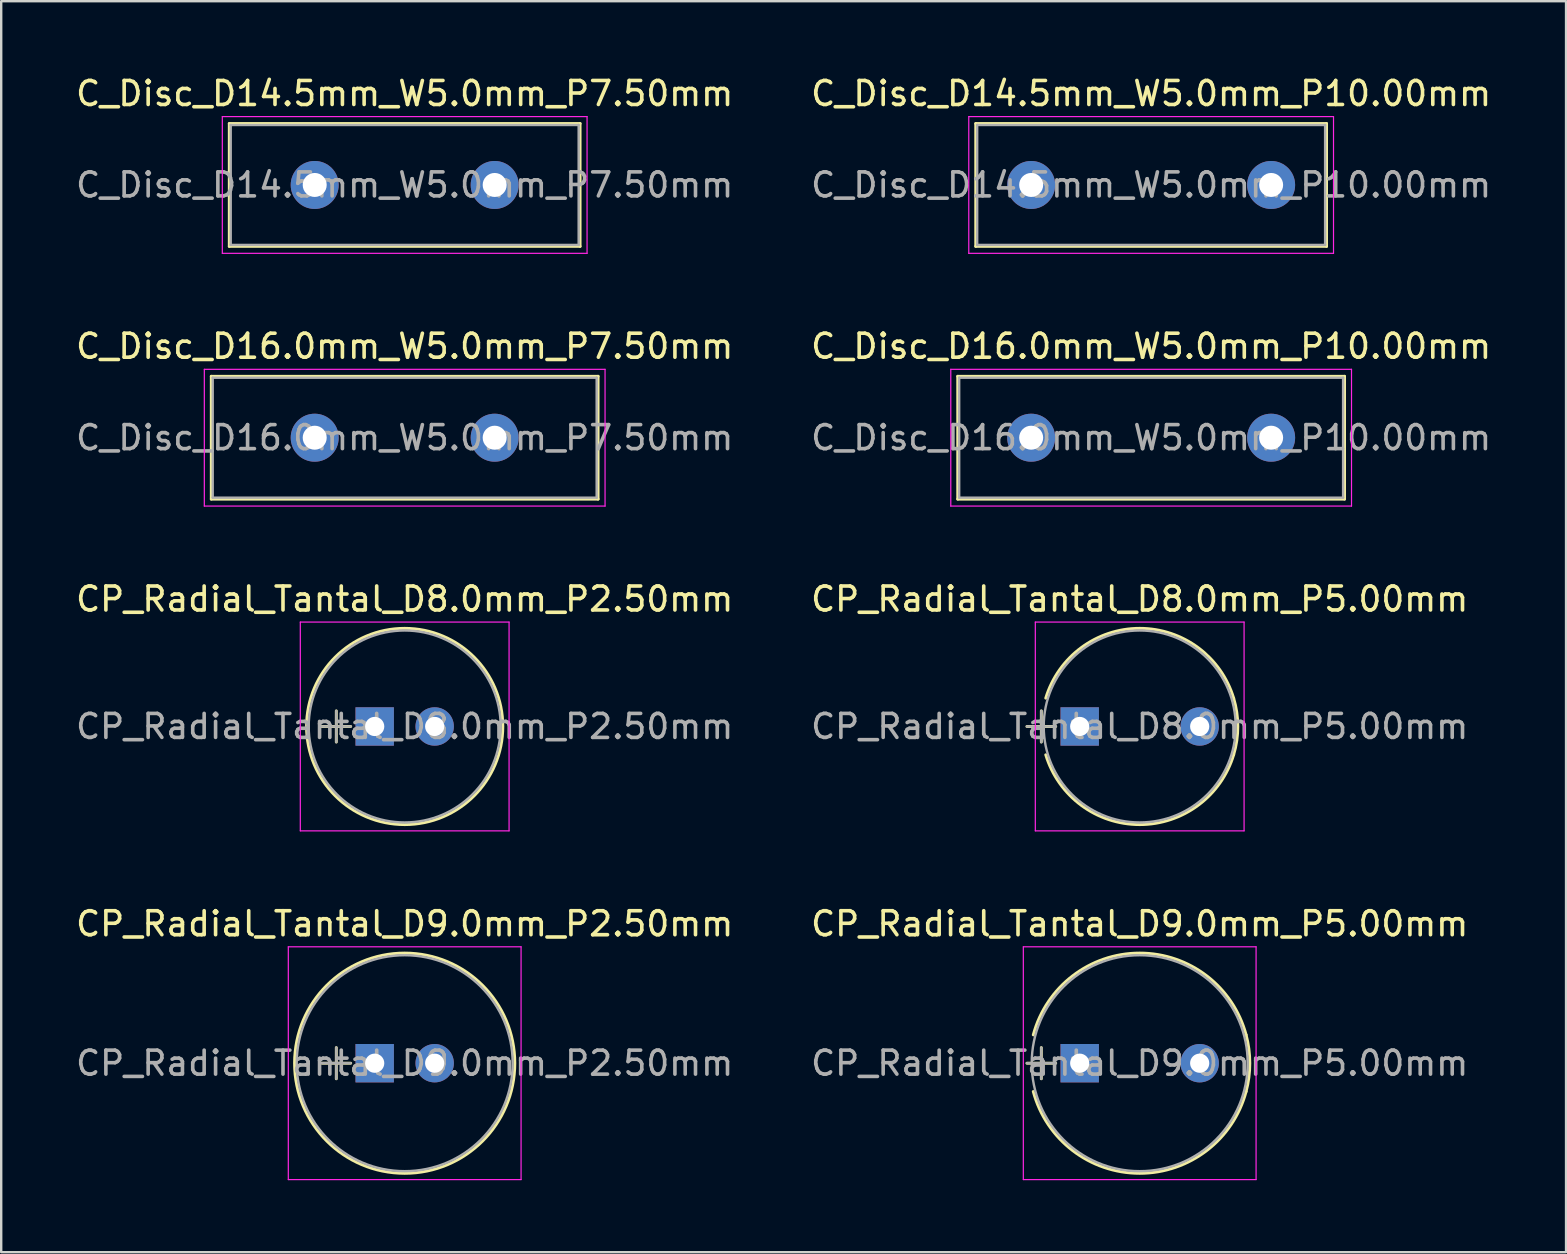
<source format=kicad_pcb>
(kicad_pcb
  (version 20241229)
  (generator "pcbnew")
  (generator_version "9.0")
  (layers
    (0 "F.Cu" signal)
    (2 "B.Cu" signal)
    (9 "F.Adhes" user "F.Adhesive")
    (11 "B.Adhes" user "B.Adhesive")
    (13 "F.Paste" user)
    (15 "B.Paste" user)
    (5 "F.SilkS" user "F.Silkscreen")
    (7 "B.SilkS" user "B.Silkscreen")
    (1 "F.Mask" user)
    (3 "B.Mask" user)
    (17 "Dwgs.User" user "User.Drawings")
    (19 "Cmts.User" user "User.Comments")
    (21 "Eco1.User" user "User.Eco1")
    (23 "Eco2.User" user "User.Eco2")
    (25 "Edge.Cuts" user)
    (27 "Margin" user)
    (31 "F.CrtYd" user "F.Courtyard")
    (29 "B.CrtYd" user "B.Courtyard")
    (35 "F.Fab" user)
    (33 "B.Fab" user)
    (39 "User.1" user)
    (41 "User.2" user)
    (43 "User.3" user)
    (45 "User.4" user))
  (footprint "CP_Radial_Tantal_D9.0mm_P5.00mm"
    (layer "F.Cu")
    (at 41.946 41.258)
    (property "Reference" "CP_Radial_Tantal_D9.0mm_P5.00mm" (at 2.5 -5.81 0) (layer "F.SilkS") (effects (font (size 1 1) (thickness 0.15))))
    (attr through_hole)
    (fp_line (start -2.2 0) (end -1 0) (stroke (width 0.12) (type solid)) (layer "F.SilkS"))
    (fp_line (start -1.6 -0.65) (end -1.6 0.65) (stroke (width 0.12) (type solid)) (layer "F.SilkS"))
    (fp_arc (start -1.93573 -1.18) (mid 2.499752 -4.59) (end 6.935603 -1.180479) (stroke (width 0.12) (type solid)) (layer "F.SilkS"))
    (fp_arc (start 6.935603 1.180479) (mid 2.499752 4.59) (end -1.93573 1.18) (stroke (width 0.12) (type solid)) (layer "F.SilkS"))
    (fp_arc (start 6.93573 -1.18) (mid 7.09 0.000248) (end 6.935603 1.180479) (stroke (width 0.12) (type solid)) (layer "F.SilkS"))
    (fp_line (start -2.35 -4.85) (end -2.35 4.85) (stroke (width 0.05) (type solid)) (layer "F.CrtYd"))
    (fp_line (start -2.35 4.85) (end 7.35 4.85) (stroke (width 0.05) (type solid)) (layer "F.CrtYd"))
    (fp_line (start 7.35 -4.85) (end -2.35 -4.85) (stroke (width 0.05) (type solid)) (layer "F.CrtYd"))
    (fp_line (start 7.35 4.85) (end 7.35 -4.85) (stroke (width 0.05) (type solid)) (layer "F.CrtYd"))
    (fp_line (start -2.2 0) (end -1 0) (stroke (width 0.1) (type solid)) (layer "F.Fab"))
    (fp_line (start -1.6 -0.65) (end -1.6 0.65) (stroke (width 0.1) (type solid)) (layer "F.Fab"))
    (fp_circle (center 2.5 0) (end 7 0) (stroke (width 0.1) (type solid)) (fill no) (layer "F.Fab"))
    (fp_text user "${REFERENCE}" (at 2.5 0 0) (layer "F.Fab") (effects (font (size 1 1) (thickness 0.15))))
    (pad "1" thru_hole rect (at 0 0) (size 1.6 1.6) (drill 0.8) (layers "*.Cu" "*.Mask"))
    (pad "2" thru_hole circle (at 5 0) (size 1.6 1.6) (drill 0.8) (layers "*.Cu" "*.Mask")))
  (footprint "C_Disc_D16.0mm_W5.0mm_P7.50mm"
    (layer "F.Cu")
    (at 10.065 15.191)
    (property "Reference" "C_Disc_D16.0mm_W5.0mm_P7.50mm" (at 3.75 -3.81 0) (layer "F.SilkS") (effects (font (size 1 1) (thickness 0.15))))
    (attr through_hole)
    (fp_line (start -4.31 -2.56) (end -4.31 2.56) (stroke (width 0.12) (type solid)) (layer "F.SilkS"))
    (fp_line (start -4.31 -2.56) (end 11.81 -2.56) (stroke (width 0.12) (type solid)) (layer "F.SilkS"))
    (fp_line (start -4.31 2.56) (end 11.81 2.56) (stroke (width 0.12) (type solid)) (layer "F.SilkS"))
    (fp_line (start 11.81 -2.56) (end 11.81 2.56) (stroke (width 0.12) (type solid)) (layer "F.SilkS"))
    (fp_line (start -4.6 -2.85) (end -4.6 2.85) (stroke (width 0.05) (type solid)) (layer "F.CrtYd"))
    (fp_line (start -4.6 2.85) (end 12.1 2.85) (stroke (width 0.05) (type solid)) (layer "F.CrtYd"))
    (fp_line (start 12.1 -2.85) (end -4.6 -2.85) (stroke (width 0.05) (type solid)) (layer "F.CrtYd"))
    (fp_line (start 12.1 2.85) (end 12.1 -2.85) (stroke (width 0.05) (type solid)) (layer "F.CrtYd"))
    (fp_line (start -4.25 -2.5) (end -4.25 2.5) (stroke (width 0.1) (type solid)) (layer "F.Fab"))
    (fp_line (start -4.25 2.5) (end 11.75 2.5) (stroke (width 0.1) (type solid)) (layer "F.Fab"))
    (fp_line (start 11.75 -2.5) (end -4.25 -2.5) (stroke (width 0.1) (type solid)) (layer "F.Fab"))
    (fp_line (start 11.75 2.5) (end 11.75 -2.5) (stroke (width 0.1) (type solid)) (layer "F.Fab"))
    (fp_text user "${REFERENCE}" (at 3.75 0 0) (layer "F.Fab") (effects (font (size 1 1) (thickness 0.15))))
    (pad "1" thru_hole circle (at 0 0) (size 2 2) (drill 1) (layers "*.Cu" "*.Mask"))
    (pad "2" thru_hole circle (at 7.5 0) (size 2 2) (drill 1) (layers "*.Cu" "*.Mask")))
  (footprint "C_Disc_D14.5mm_W5.0mm_P10.00mm"
    (layer "F.Cu")
    (at 39.923 4.658)
    (property "Reference" "C_Disc_D14.5mm_W5.0mm_P10.00mm" (at 5 -3.81 0) (layer "F.SilkS") (effects (font (size 1 1) (thickness 0.15))))
    (attr through_hole)
    (fp_line (start -2.31 -2.56) (end -2.31 2.56) (stroke (width 0.12) (type solid)) (layer "F.SilkS"))
    (fp_line (start -2.31 -2.56) (end 12.31 -2.56) (stroke (width 0.12) (type solid)) (layer "F.SilkS"))
    (fp_line (start -2.31 2.56) (end 12.31 2.56) (stroke (width 0.12) (type solid)) (layer "F.SilkS"))
    (fp_line (start 12.31 -2.56) (end 12.31 2.56) (stroke (width 0.12) (type solid)) (layer "F.SilkS"))
    (fp_line (start -2.6 -2.85) (end -2.6 2.85) (stroke (width 0.05) (type solid)) (layer "F.CrtYd"))
    (fp_line (start -2.6 2.85) (end 12.6 2.85) (stroke (width 0.05) (type solid)) (layer "F.CrtYd"))
    (fp_line (start 12.6 -2.85) (end -2.6 -2.85) (stroke (width 0.05) (type solid)) (layer "F.CrtYd"))
    (fp_line (start 12.6 2.85) (end 12.6 -2.85) (stroke (width 0.05) (type solid)) (layer "F.CrtYd"))
    (fp_line (start -2.25 -2.5) (end -2.25 2.5) (stroke (width 0.1) (type solid)) (layer "F.Fab"))
    (fp_line (start -2.25 2.5) (end 12.25 2.5) (stroke (width 0.1) (type solid)) (layer "F.Fab"))
    (fp_line (start 12.25 -2.5) (end -2.25 -2.5) (stroke (width 0.1) (type solid)) (layer "F.Fab"))
    (fp_line (start 12.25 2.5) (end 12.25 -2.5) (stroke (width 0.1) (type solid)) (layer "F.Fab"))
    (fp_text user "${REFERENCE}" (at 5 0 0) (layer "F.Fab") (effects (font (size 1 1) (thickness 0.15))))
    (pad "1" thru_hole circle (at 0 0) (size 2 2) (drill 1) (layers "*.Cu" "*.Mask"))
    (pad "2" thru_hole circle (at 10 0) (size 2 2) (drill 1) (layers "*.Cu" "*.Mask")))
  (footprint "CP_Radial_Tantal_D8.0mm_P5.00mm"
    (layer "F.Cu")
    (at 41.946 27.225)
    (property "Reference" "CP_Radial_Tantal_D8.0mm_P5.00mm" (at 2.5 -5.31 0) (layer "F.SilkS") (effects (font (size 1 1) (thickness 0.15))))
    (attr through_hole)
    (fp_line (start -2.2 0) (end -1 0) (stroke (width 0.12) (type solid)) (layer "F.SilkS"))
    (fp_line (start -1.6 -0.65) (end -1.6 0.65) (stroke (width 0.12) (type solid)) (layer "F.SilkS"))
    (fp_arc (start -1.416082 -1.18) (mid 2.501334 -4.09) (end 6.416851 -1.177445) (stroke (width 0.12) (type solid)) (layer "F.SilkS"))
    (fp_arc (start 6.416082 -1.18) (mid 6.59 -0.001334) (end 6.416851 1.177445) (stroke (width 0.12) (type solid)) (layer "F.SilkS"))
    (fp_arc (start 6.416851 1.177445) (mid 2.501334 4.09) (end -1.416082 1.18) (stroke (width 0.12) (type solid)) (layer "F.SilkS"))
    (fp_line (start -1.85 -4.35) (end -1.85 4.35) (stroke (width 0.05) (type solid)) (layer "F.CrtYd"))
    (fp_line (start -1.85 4.35) (end 6.85 4.35) (stroke (width 0.05) (type solid)) (layer "F.CrtYd"))
    (fp_line (start 6.85 -4.35) (end -1.85 -4.35) (stroke (width 0.05) (type solid)) (layer "F.CrtYd"))
    (fp_line (start 6.85 4.35) (end 6.85 -4.35) (stroke (width 0.05) (type solid)) (layer "F.CrtYd"))
    (fp_line (start -2.2 0) (end -1 0) (stroke (width 0.1) (type solid)) (layer "F.Fab"))
    (fp_line (start -1.6 -0.65) (end -1.6 0.65) (stroke (width 0.1) (type solid)) (layer "F.Fab"))
    (fp_circle (center 2.5 0) (end 6.5 0) (stroke (width 0.1) (type solid)) (fill no) (layer "F.Fab"))
    (fp_text user "${REFERENCE}" (at 2.5 0 0) (layer "F.Fab") (effects (font (size 1 1) (thickness 0.15))))
    (pad "1" thru_hole rect (at 0 0) (size 1.6 1.6) (drill 0.8) (layers "*.Cu" "*.Mask"))
    (pad "2" thru_hole circle (at 5 0) (size 1.6 1.6) (drill 0.8) (layers "*.Cu" "*.Mask")))
  (footprint "CP_Radial_Tantal_D9.0mm_P2.50mm"
    (layer "F.Cu")
    (at 12.565 41.258)
    (property "Reference" "CP_Radial_Tantal_D9.0mm_P2.50mm" (at 1.25 -5.81 0) (layer "F.SilkS") (effects (font (size 1 1) (thickness 0.15))))
    (attr through_hole)
    (fp_line (start -2.2 0) (end -1 0) (stroke (width 0.12) (type solid)) (layer "F.SilkS"))
    (fp_line (start -1.6 -0.65) (end -1.6 0.65) (stroke (width 0.12) (type solid)) (layer "F.SilkS"))
    (fp_circle (center 1.25 0) (end 5.84 0) (stroke (width 0.12) (type solid)) (fill no) (layer "F.SilkS"))
    (fp_line (start -3.6 -4.85) (end -3.6 4.85) (stroke (width 0.05) (type solid)) (layer "F.CrtYd"))
    (fp_line (start -3.6 4.85) (end 6.1 4.85) (stroke (width 0.05) (type solid)) (layer "F.CrtYd"))
    (fp_line (start 6.1 -4.85) (end -3.6 -4.85) (stroke (width 0.05) (type solid)) (layer "F.CrtYd"))
    (fp_line (start 6.1 4.85) (end 6.1 -4.85) (stroke (width 0.05) (type solid)) (layer "F.CrtYd"))
    (fp_line (start -2.2 0) (end -1 0) (stroke (width 0.1) (type solid)) (layer "F.Fab"))
    (fp_line (start -1.6 -0.65) (end -1.6 0.65) (stroke (width 0.1) (type solid)) (layer "F.Fab"))
    (fp_circle (center 1.25 0) (end 5.75 0) (stroke (width 0.1) (type solid)) (fill no) (layer "F.Fab"))
    (fp_text user "${REFERENCE}" (at 1.25 0 0) (layer "F.Fab") (effects (font (size 1 1) (thickness 0.15))))
    (pad "1" thru_hole rect (at 0 0) (size 1.6 1.6) (drill 0.8) (layers "*.Cu" "*.Mask"))
    (pad "2" thru_hole circle (at 2.5 0) (size 1.6 1.6) (drill 0.8) (layers "*.Cu" "*.Mask")))
  (footprint "CP_Radial_Tantal_D8.0mm_P2.50mm"
    (layer "F.Cu")
    (at 12.565 27.225)
    (property "Reference" "CP_Radial_Tantal_D8.0mm_P2.50mm" (at 1.25 -5.31 0) (layer "F.SilkS") (effects (font (size 1 1) (thickness 0.15))))
    (attr through_hole)
    (fp_line (start -2.2 0) (end -1 0) (stroke (width 0.12) (type solid)) (layer "F.SilkS"))
    (fp_line (start -1.6 -0.65) (end -1.6 0.65) (stroke (width 0.12) (type solid)) (layer "F.SilkS"))
    (fp_circle (center 1.25 0) (end 5.34 0) (stroke (width 0.12) (type solid)) (fill no) (layer "F.SilkS"))
    (fp_line (start -3.1 -4.35) (end -3.1 4.35) (stroke (width 0.05) (type solid)) (layer "F.CrtYd"))
    (fp_line (start -3.1 4.35) (end 5.6 4.35) (stroke (width 0.05) (type solid)) (layer "F.CrtYd"))
    (fp_line (start 5.6 -4.35) (end -3.1 -4.35) (stroke (width 0.05) (type solid)) (layer "F.CrtYd"))
    (fp_line (start 5.6 4.35) (end 5.6 -4.35) (stroke (width 0.05) (type solid)) (layer "F.CrtYd"))
    (fp_line (start -2.2 0) (end -1 0) (stroke (width 0.1) (type solid)) (layer "F.Fab"))
    (fp_line (start -1.6 -0.65) (end -1.6 0.65) (stroke (width 0.1) (type solid)) (layer "F.Fab"))
    (fp_circle (center 1.25 0) (end 5.25 0) (stroke (width 0.1) (type solid)) (fill no) (layer "F.Fab"))
    (fp_text user "${REFERENCE}" (at 1.25 0 0) (layer "F.Fab") (effects (font (size 1 1) (thickness 0.15))))
    (pad "1" thru_hole rect (at 0 0) (size 1.6 1.6) (drill 0.8) (layers "*.Cu" "*.Mask"))
    (pad "2" thru_hole circle (at 2.5 0) (size 1.6 1.6) (drill 0.8) (layers "*.Cu" "*.Mask")))
  (footprint "C_Disc_D14.5mm_W5.0mm_P7.50mm"
    (layer "F.Cu")
    (at 10.065 4.658)
    (property "Reference" "C_Disc_D14.5mm_W5.0mm_P7.50mm" (at 3.75 -3.81 0) (layer "F.SilkS") (effects (font (size 1 1) (thickness 0.15))))
    (attr through_hole)
    (fp_line (start -3.56 -2.56) (end -3.56 2.56) (stroke (width 0.12) (type solid)) (layer "F.SilkS"))
    (fp_line (start -3.56 -2.56) (end 11.06 -2.56) (stroke (width 0.12) (type solid)) (layer "F.SilkS"))
    (fp_line (start -3.56 2.56) (end 11.06 2.56) (stroke (width 0.12) (type solid)) (layer "F.SilkS"))
    (fp_line (start 11.06 -2.56) (end 11.06 2.56) (stroke (width 0.12) (type solid)) (layer "F.SilkS"))
    (fp_line (start -3.85 -2.85) (end -3.85 2.85) (stroke (width 0.05) (type solid)) (layer "F.CrtYd"))
    (fp_line (start -3.85 2.85) (end 11.35 2.85) (stroke (width 0.05) (type solid)) (layer "F.CrtYd"))
    (fp_line (start 11.35 -2.85) (end -3.85 -2.85) (stroke (width 0.05) (type solid)) (layer "F.CrtYd"))
    (fp_line (start 11.35 2.85) (end 11.35 -2.85) (stroke (width 0.05) (type solid)) (layer "F.CrtYd"))
    (fp_line (start -3.5 -2.5) (end -3.5 2.5) (stroke (width 0.1) (type solid)) (layer "F.Fab"))
    (fp_line (start -3.5 2.5) (end 11 2.5) (stroke (width 0.1) (type solid)) (layer "F.Fab"))
    (fp_line (start 11 -2.5) (end -3.5 -2.5) (stroke (width 0.1) (type solid)) (layer "F.Fab"))
    (fp_line (start 11 2.5) (end 11 -2.5) (stroke (width 0.1) (type solid)) (layer "F.Fab"))
    (fp_text user "${REFERENCE}" (at 3.75 0 0) (layer "F.Fab") (effects (font (size 1 1) (thickness 0.15))))
    (pad "1" thru_hole circle (at 0 0) (size 2 2) (drill 1) (layers "*.Cu" "*.Mask"))
    (pad "2" thru_hole circle (at 7.5 0) (size 2 2) (drill 1) (layers "*.Cu" "*.Mask")))
  (footprint "C_Disc_D16.0mm_W5.0mm_P10.00mm"
    (layer "F.Cu")
    (at 39.923 15.191)
    (property "Reference" "C_Disc_D16.0mm_W5.0mm_P10.00mm" (at 5 -3.81 0) (layer "F.SilkS") (effects (font (size 1 1) (thickness 0.15))))
    (attr through_hole)
    (fp_line (start -3.06 -2.56) (end -3.06 2.56) (stroke (width 0.12) (type solid)) (layer "F.SilkS"))
    (fp_line (start -3.06 -2.56) (end 13.06 -2.56) (stroke (width 0.12) (type solid)) (layer "F.SilkS"))
    (fp_line (start -3.06 2.56) (end 13.06 2.56) (stroke (width 0.12) (type solid)) (layer "F.SilkS"))
    (fp_line (start 13.06 -2.56) (end 13.06 2.56) (stroke (width 0.12) (type solid)) (layer "F.SilkS"))
    (fp_line (start -3.35 -2.85) (end -3.35 2.85) (stroke (width 0.05) (type solid)) (layer "F.CrtYd"))
    (fp_line (start -3.35 2.85) (end 13.35 2.85) (stroke (width 0.05) (type solid)) (layer "F.CrtYd"))
    (fp_line (start 13.35 -2.85) (end -3.35 -2.85) (stroke (width 0.05) (type solid)) (layer "F.CrtYd"))
    (fp_line (start 13.35 2.85) (end 13.35 -2.85) (stroke (width 0.05) (type solid)) (layer "F.CrtYd"))
    (fp_line (start -3 -2.5) (end -3 2.5) (stroke (width 0.1) (type solid)) (layer "F.Fab"))
    (fp_line (start -3 2.5) (end 13 2.5) (stroke (width 0.1) (type solid)) (layer "F.Fab"))
    (fp_line (start 13 -2.5) (end -3 -2.5) (stroke (width 0.1) (type solid)) (layer "F.Fab"))
    (fp_line (start 13 2.5) (end 13 -2.5) (stroke (width 0.1) (type solid)) (layer "F.Fab"))
    (fp_text user "${REFERENCE}" (at 5 0 0) (layer "F.Fab") (effects (font (size 1 1) (thickness 0.15))))
    (pad "1" thru_hole circle (at 0 0) (size 2 2) (drill 1) (layers "*.Cu" "*.Mask"))
    (pad "2" thru_hole circle (at 10 0) (size 2 2) (drill 1) (layers "*.Cu" "*.Mask")))
  (gr_rect
    (start -3 -3)
    (end 62.214 49.133)
    (stroke (width 0.1) (type default))
    (fill no)
    (layer "Edge.Cuts")))
</source>
